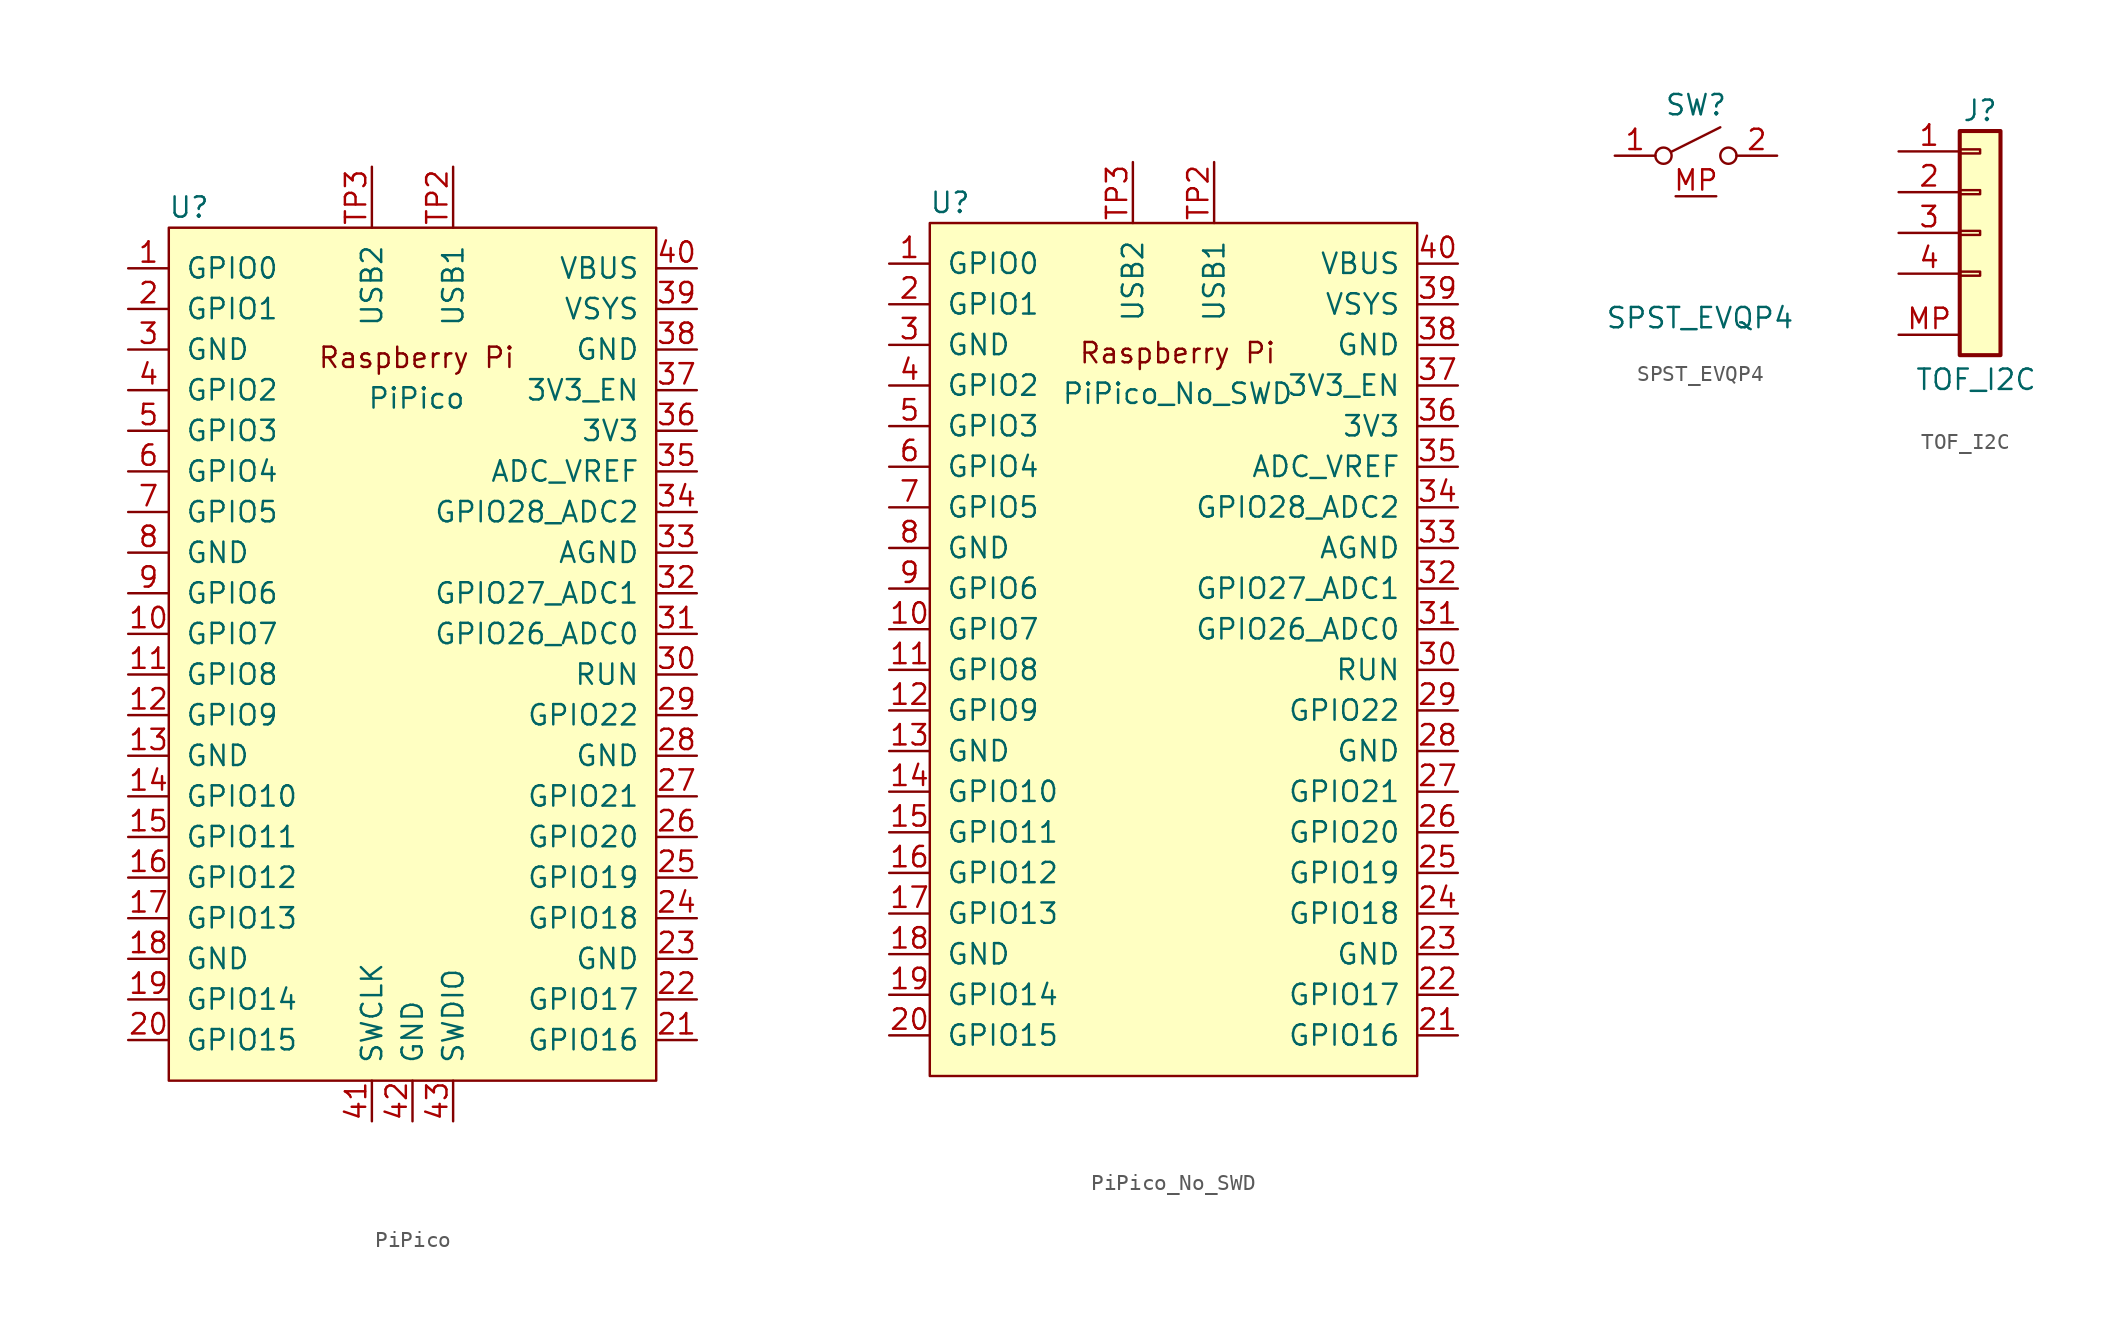
<source format=kicad_sym>
(kicad_symbol_lib
  (version 20231120)
  (generator "kicad_symbol_editor")
  (generator_version "8.0")
  (symbol "PiPico"
    (pin_names
      (offset 1.016))
    (property "Reference" "U"
      (at -13.97 27.94 0)
      (effects (font (size 1.27 1.27))))
    (property "Value" "PiPico"
      (at 0.254 16.002 0)
      (effects (font (size 1.27 1.27))))
    (symbol "PiPico_0_0"
      (text "Raspberry Pi" (at 0.254 18.542 0) (effects (font (size 1.27 1.27)))))
    (symbol "PiPico_0_1"
      (rectangle (start -15.24 26.67) (end 15.24 -26.67) (stroke (width 0) (type solid)) (fill (type background))))
    (symbol "PiPico_1_1"
      (pin bidirectional line (at -17.78 24.13 0) (length 2.54) (name "GPIO0" (effects (font (size 1.27 1.27)))) (number "1" (effects (font (size 1.27 1.27)))))
      (pin bidirectional line (at -17.78 1.27 0) (length 2.54) (name "GPIO7" (effects (font (size 1.27 1.27)))) (number "10" (effects (font (size 1.27 1.27)))))
      (pin bidirectional line (at -17.78 -1.27 0) (length 2.54) (name "GPIO8" (effects (font (size 1.27 1.27)))) (number "11" (effects (font (size 1.27 1.27)))))
      (pin bidirectional line (at -17.78 -3.81 0) (length 2.54) (name "GPIO9" (effects (font (size 1.27 1.27)))) (number "12" (effects (font (size 1.27 1.27)))))
      (pin power_in line (at -17.78 -6.35 0) (length 2.54) (name "GND" (effects (font (size 1.27 1.27)))) (number "13" (effects (font (size 1.27 1.27)))))
      (pin bidirectional line (at -17.78 -8.89 0) (length 2.54) (name "GPIO10" (effects (font (size 1.27 1.27)))) (number "14" (effects (font (size 1.27 1.27)))))
      (pin bidirectional line (at -17.78 -11.43 0) (length 2.54) (name "GPIO11" (effects (font (size 1.27 1.27)))) (number "15" (effects (font (size 1.27 1.27)))))
      (pin bidirectional line (at -17.78 -13.97 0) (length 2.54) (name "GPIO12" (effects (font (size 1.27 1.27)))) (number "16" (effects (font (size 1.27 1.27)))))
      (pin bidirectional line (at -17.78 -16.51 0) (length 2.54) (name "GPIO13" (effects (font (size 1.27 1.27)))) (number "17" (effects (font (size 1.27 1.27)))))
      (pin power_in line (at -17.78 -19.05 0) (length 2.54) (name "GND" (effects (font (size 1.27 1.27)))) (number "18" (effects (font (size 1.27 1.27)))))
      (pin bidirectional line (at -17.78 -21.59 0) (length 2.54) (name "GPIO14" (effects (font (size 1.27 1.27)))) (number "19" (effects (font (size 1.27 1.27)))))
      (pin bidirectional line (at -17.78 21.59 0) (length 2.54) (name "GPIO1" (effects (font (size 1.27 1.27)))) (number "2" (effects (font (size 1.27 1.27)))))
      (pin bidirectional line (at -17.78 -24.13 0) (length 2.54) (name "GPIO15" (effects (font (size 1.27 1.27)))) (number "20" (effects (font (size 1.27 1.27)))))
      (pin bidirectional line (at 17.78 -24.13 180) (length 2.54) (name "GPIO16" (effects (font (size 1.27 1.27)))) (number "21" (effects (font (size 1.27 1.27)))))
      (pin bidirectional line (at 17.78 -21.59 180) (length 2.54) (name "GPIO17" (effects (font (size 1.27 1.27)))) (number "22" (effects (font (size 1.27 1.27)))))
      (pin power_in line (at 17.78 -19.05 180) (length 2.54) (name "GND" (effects (font (size 1.27 1.27)))) (number "23" (effects (font (size 1.27 1.27)))))
      (pin bidirectional line (at 17.78 -16.51 180) (length 2.54) (name "GPIO18" (effects (font (size 1.27 1.27)))) (number "24" (effects (font (size 1.27 1.27)))))
      (pin bidirectional line (at 17.78 -13.97 180) (length 2.54) (name "GPIO19" (effects (font (size 1.27 1.27)))) (number "25" (effects (font (size 1.27 1.27)))))
      (pin bidirectional line (at 17.78 -11.43 180) (length 2.54) (name "GPIO20" (effects (font (size 1.27 1.27)))) (number "26" (effects (font (size 1.27 1.27)))))
      (pin bidirectional line (at 17.78 -8.89 180) (length 2.54) (name "GPIO21" (effects (font (size 1.27 1.27)))) (number "27" (effects (font (size 1.27 1.27)))))
      (pin power_in line (at 17.78 -6.35 180) (length 2.54) (name "GND" (effects (font (size 1.27 1.27)))) (number "28" (effects (font (size 1.27 1.27)))))
      (pin bidirectional line (at 17.78 -3.81 180) (length 2.54) (name "GPIO22" (effects (font (size 1.27 1.27)))) (number "29" (effects (font (size 1.27 1.27)))))
      (pin power_in line (at -17.78 19.05 0) (length 2.54) (name "GND" (effects (font (size 1.27 1.27)))) (number "3" (effects (font (size 1.27 1.27)))))
      (pin input line (at 17.78 -1.27 180) (length 2.54) (name "RUN" (effects (font (size 1.27 1.27)))) (number "30" (effects (font (size 1.27 1.27)))))
      (pin bidirectional line (at 17.78 1.27 180) (length 2.54) (name "GPIO26_ADC0" (effects (font (size 1.27 1.27)))) (number "31" (effects (font (size 1.27 1.27)))))
      (pin bidirectional line (at 17.78 3.81 180) (length 2.54) (name "GPIO27_ADC1" (effects (font (size 1.27 1.27)))) (number "32" (effects (font (size 1.27 1.27)))))
      (pin power_in line (at 17.78 6.35 180) (length 2.54) (name "AGND" (effects (font (size 1.27 1.27)))) (number "33" (effects (font (size 1.27 1.27)))))
      (pin bidirectional line (at 17.78 8.89 180) (length 2.54) (name "GPIO28_ADC2" (effects (font (size 1.27 1.27)))) (number "34" (effects (font (size 1.27 1.27)))))
      (pin unspecified line (at 17.78 11.43 180) (length 2.54) (name "ADC_VREF" (effects (font (size 1.27 1.27)))) (number "35" (effects (font (size 1.27 1.27)))))
      (pin unspecified line (at 17.78 13.97 180) (length 2.54) (name "3V3" (effects (font (size 1.27 1.27)))) (number "36" (effects (font (size 1.27 1.27)))))
      (pin input line (at 17.78 16.51 180) (length 2.54) (name "3V3_EN" (effects (font (size 1.27 1.27)))) (number "37" (effects (font (size 1.27 1.27)))))
      (pin bidirectional line (at 17.78 19.05 180) (length 2.54) (name "GND" (effects (font (size 1.27 1.27)))) (number "38" (effects (font (size 1.27 1.27)))))
      (pin unspecified line (at 17.78 21.59 180) (length 2.54) (name "VSYS" (effects (font (size 1.27 1.27)))) (number "39" (effects (font (size 1.27 1.27)))))
      (pin bidirectional line (at -17.78 16.51 0) (length 2.54) (name "GPIO2" (effects (font (size 1.27 1.27)))) (number "4" (effects (font (size 1.27 1.27)))))
      (pin unspecified line (at 17.78 24.13 180) (length 2.54) (name "VBUS" (effects (font (size 1.27 1.27)))) (number "40" (effects (font (size 1.27 1.27)))))
      (pin input line (at -2.54 -29.21 90) (length 2.54) (name "SWCLK" (effects (font (size 1.27 1.27)))) (number "41" (effects (font (size 1.27 1.27)))))
      (pin power_in line (at 0 -29.21 90) (length 2.54) (name "GND" (effects (font (size 1.27 1.27)))) (number "42" (effects (font (size 1.27 1.27)))))
      (pin bidirectional line (at 2.54 -29.21 90) (length 2.54) (name "SWDIO" (effects (font (size 1.27 1.27)))) (number "43" (effects (font (size 1.27 1.27)))))
      (pin bidirectional line (at -17.78 13.97 0) (length 2.54) (name "GPIO3" (effects (font (size 1.27 1.27)))) (number "5" (effects (font (size 1.27 1.27)))))
      (pin bidirectional line (at -17.78 11.43 0) (length 2.54) (name "GPIO4" (effects (font (size 1.27 1.27)))) (number "6" (effects (font (size 1.27 1.27)))))
      (pin bidirectional line (at -17.78 8.89 0) (length 2.54) (name "GPIO5" (effects (font (size 1.27 1.27)))) (number "7" (effects (font (size 1.27 1.27)))))
      (pin power_in line (at -17.78 6.35 0) (length 2.54) (name "GND" (effects (font (size 1.27 1.27)))) (number "8" (effects (font (size 1.27 1.27)))))
      (pin bidirectional line (at -17.78 3.81 0) (length 2.54) (name "GPIO6" (effects (font (size 1.27 1.27)))) (number "9" (effects (font (size 1.27 1.27)))))
      (pin bidirectional line (at 2.54 30.48 270) (length 3.81) (name "USB1" (effects (font (size 1.27 1.27)))) (number "TP2" (effects (font (size 1.27 1.27)))))
      (pin bidirectional line (at -2.54 30.48 270) (length 3.81) (name "USB2" (effects (font (size 1.27 1.27)))) (number "TP3" (effects (font (size 1.27 1.27)))))))
  (symbol "PiPico_No_SWD"
    (pin_names
      (offset 1.016))
    (property "Reference" "U"
      (at -13.97 27.94 0)
      (effects (font (size 1.27 1.27))))
    (property "Value" "PiPico_No_SWD"
      (at 0.254 16.002 0)
      (effects (font (size 1.27 1.27))))
    (symbol "PiPico_No_SWD_0_0"
      (text "Raspberry Pi" (at 0.254 18.542 0) (effects (font (size 1.27 1.27)))))
    (symbol "PiPico_No_SWD_0_1"
      (rectangle (start -15.24 26.67) (end 15.24 -26.67) (stroke (width 0) (type solid)) (fill (type background))))
    (symbol "PiPico_No_SWD_1_1"
      (pin bidirectional line (at -17.78 24.13 0) (length 2.54) (name "GPIO0" (effects (font (size 1.27 1.27)))) (number "1" (effects (font (size 1.27 1.27)))))
      (pin bidirectional line (at -17.78 1.27 0) (length 2.54) (name "GPIO7" (effects (font (size 1.27 1.27)))) (number "10" (effects (font (size 1.27 1.27)))))
      (pin bidirectional line (at -17.78 -1.27 0) (length 2.54) (name "GPIO8" (effects (font (size 1.27 1.27)))) (number "11" (effects (font (size 1.27 1.27)))))
      (pin bidirectional line (at -17.78 -3.81 0) (length 2.54) (name "GPIO9" (effects (font (size 1.27 1.27)))) (number "12" (effects (font (size 1.27 1.27)))))
      (pin power_in line (at -17.78 -6.35 0) (length 2.54) (name "GND" (effects (font (size 1.27 1.27)))) (number "13" (effects (font (size 1.27 1.27)))))
      (pin bidirectional line (at -17.78 -8.89 0) (length 2.54) (name "GPIO10" (effects (font (size 1.27 1.27)))) (number "14" (effects (font (size 1.27 1.27)))))
      (pin bidirectional line (at -17.78 -11.43 0) (length 2.54) (name "GPIO11" (effects (font (size 1.27 1.27)))) (number "15" (effects (font (size 1.27 1.27)))))
      (pin bidirectional line (at -17.78 -13.97 0) (length 2.54) (name "GPIO12" (effects (font (size 1.27 1.27)))) (number "16" (effects (font (size 1.27 1.27)))))
      (pin bidirectional line (at -17.78 -16.51 0) (length 2.54) (name "GPIO13" (effects (font (size 1.27 1.27)))) (number "17" (effects (font (size 1.27 1.27)))))
      (pin power_in line (at -17.78 -19.05 0) (length 2.54) (name "GND" (effects (font (size 1.27 1.27)))) (number "18" (effects (font (size 1.27 1.27)))))
      (pin bidirectional line (at -17.78 -21.59 0) (length 2.54) (name "GPIO14" (effects (font (size 1.27 1.27)))) (number "19" (effects (font (size 1.27 1.27)))))
      (pin bidirectional line (at -17.78 21.59 0) (length 2.54) (name "GPIO1" (effects (font (size 1.27 1.27)))) (number "2" (effects (font (size 1.27 1.27)))))
      (pin bidirectional line (at -17.78 -24.13 0) (length 2.54) (name "GPIO15" (effects (font (size 1.27 1.27)))) (number "20" (effects (font (size 1.27 1.27)))))
      (pin bidirectional line (at 17.78 -24.13 180) (length 2.54) (name "GPIO16" (effects (font (size 1.27 1.27)))) (number "21" (effects (font (size 1.27 1.27)))))
      (pin bidirectional line (at 17.78 -21.59 180) (length 2.54) (name "GPIO17" (effects (font (size 1.27 1.27)))) (number "22" (effects (font (size 1.27 1.27)))))
      (pin power_in line (at 17.78 -19.05 180) (length 2.54) (name "GND" (effects (font (size 1.27 1.27)))) (number "23" (effects (font (size 1.27 1.27)))))
      (pin bidirectional line (at 17.78 -16.51 180) (length 2.54) (name "GPIO18" (effects (font (size 1.27 1.27)))) (number "24" (effects (font (size 1.27 1.27)))))
      (pin bidirectional line (at 17.78 -13.97 180) (length 2.54) (name "GPIO19" (effects (font (size 1.27 1.27)))) (number "25" (effects (font (size 1.27 1.27)))))
      (pin bidirectional line (at 17.78 -11.43 180) (length 2.54) (name "GPIO20" (effects (font (size 1.27 1.27)))) (number "26" (effects (font (size 1.27 1.27)))))
      (pin bidirectional line (at 17.78 -8.89 180) (length 2.54) (name "GPIO21" (effects (font (size 1.27 1.27)))) (number "27" (effects (font (size 1.27 1.27)))))
      (pin power_in line (at 17.78 -6.35 180) (length 2.54) (name "GND" (effects (font (size 1.27 1.27)))) (number "28" (effects (font (size 1.27 1.27)))))
      (pin bidirectional line (at 17.78 -3.81 180) (length 2.54) (name "GPIO22" (effects (font (size 1.27 1.27)))) (number "29" (effects (font (size 1.27 1.27)))))
      (pin power_in line (at -17.78 19.05 0) (length 2.54) (name "GND" (effects (font (size 1.27 1.27)))) (number "3" (effects (font (size 1.27 1.27)))))
      (pin input line (at 17.78 -1.27 180) (length 2.54) (name "RUN" (effects (font (size 1.27 1.27)))) (number "30" (effects (font (size 1.27 1.27)))))
      (pin bidirectional line (at 17.78 1.27 180) (length 2.54) (name "GPIO26_ADC0" (effects (font (size 1.27 1.27)))) (number "31" (effects (font (size 1.27 1.27)))))
      (pin bidirectional line (at 17.78 3.81 180) (length 2.54) (name "GPIO27_ADC1" (effects (font (size 1.27 1.27)))) (number "32" (effects (font (size 1.27 1.27)))))
      (pin power_in line (at 17.78 6.35 180) (length 2.54) (name "AGND" (effects (font (size 1.27 1.27)))) (number "33" (effects (font (size 1.27 1.27)))))
      (pin bidirectional line (at 17.78 8.89 180) (length 2.54) (name "GPIO28_ADC2" (effects (font (size 1.27 1.27)))) (number "34" (effects (font (size 1.27 1.27)))))
      (pin unspecified line (at 17.78 11.43 180) (length 2.54) (name "ADC_VREF" (effects (font (size 1.27 1.27)))) (number "35" (effects (font (size 1.27 1.27)))))
      (pin unspecified line (at 17.78 13.97 180) (length 2.54) (name "3V3" (effects (font (size 1.27 1.27)))) (number "36" (effects (font (size 1.27 1.27)))))
      (pin input line (at 17.78 16.51 180) (length 2.54) (name "3V3_EN" (effects (font (size 1.27 1.27)))) (number "37" (effects (font (size 1.27 1.27)))))
      (pin bidirectional line (at 17.78 19.05 180) (length 2.54) (name "GND" (effects (font (size 1.27 1.27)))) (number "38" (effects (font (size 1.27 1.27)))))
      (pin unspecified line (at 17.78 21.59 180) (length 2.54) (name "VSYS" (effects (font (size 1.27 1.27)))) (number "39" (effects (font (size 1.27 1.27)))))
      (pin bidirectional line (at -17.78 16.51 0) (length 2.54) (name "GPIO2" (effects (font (size 1.27 1.27)))) (number "4" (effects (font (size 1.27 1.27)))))
      (pin unspecified line (at 17.78 24.13 180) (length 2.54) (name "VBUS" (effects (font (size 1.27 1.27)))) (number "40" (effects (font (size 1.27 1.27)))))
      (pin bidirectional line (at -17.78 13.97 0) (length 2.54) (name "GPIO3" (effects (font (size 1.27 1.27)))) (number "5" (effects (font (size 1.27 1.27)))))
      (pin bidirectional line (at -17.78 11.43 0) (length 2.54) (name "GPIO4" (effects (font (size 1.27 1.27)))) (number "6" (effects (font (size 1.27 1.27)))))
      (pin bidirectional line (at -17.78 8.89 0) (length 2.54) (name "GPIO5" (effects (font (size 1.27 1.27)))) (number "7" (effects (font (size 1.27 1.27)))))
      (pin power_in line (at -17.78 6.35 0) (length 2.54) (name "GND" (effects (font (size 1.27 1.27)))) (number "8" (effects (font (size 1.27 1.27)))))
      (pin bidirectional line (at -17.78 3.81 0) (length 2.54) (name "GPIO6" (effects (font (size 1.27 1.27)))) (number "9" (effects (font (size 1.27 1.27)))))
      (pin bidirectional line (at 2.54 30.48 270) (length 3.81) (name "USB1" (effects (font (size 1.27 1.27)))) (number "TP2" (effects (font (size 1.27 1.27)))))
      (pin bidirectional line (at -2.54 30.48 270) (length 3.81) (name "USB2" (effects (font (size 1.27 1.27)))) (number "TP3" (effects (font (size 1.27 1.27)))))))
  (symbol "SPST_EVQP4"
    (pin_names
      (offset 0) hide)
    (property "Reference" "SW"
      (at 0 3.175 0)
      (effects (font (size 1.27 1.27))))
    (property "Value" "SPST_EVQP4"
      (at 0.254 -10.16 0)
      (effects (font (size 1.27 1.27))))
    (symbol "SPST_EVQP4_0_0"
      (circle (center -2.032 0) (radius 0.508) (stroke (width 0) (type default)) (fill (type none)))
      (polyline (pts (xy -1.524 0.254) (xy 1.524 1.778)) (stroke (width 0) (type default)) (fill (type none)))
      (circle (center 2.032 0) (radius 0.508) (stroke (width 0) (type default)) (fill (type none))))
    (symbol "SPST_EVQP4_1_1"
      (pin passive line (at -5.08 0 0) (length 2.54) (name "A" (effects (font (size 1.27 1.27)))) (number "1" (effects (font (size 1.27 1.27)))))
      (pin passive line (at 5.08 0 180) (length 2.54) (name "B" (effects (font (size 1.27 1.27)))) (number "2" (effects (font (size 1.27 1.27)))))
      (pin passive line (at 1.27 -2.54 180) (length 2.54) (name "MP" (effects (font (size 1.27 1.27)))) (number "MP" (effects (font (size 1.27 1.27)))))))
  (symbol "TOF_I2C"
    (pin_names
      (offset 1.016) hide)
    (property "Reference" "J"
      (at 0 5.08 0)
      (effects (font (size 1.27 1.27))))
    (property "Value" "TOF_I2C"
      (at -0.254 -11.684 0)
      (effects (font (size 1.27 1.27))))
    (symbol "TOF_I2C_1_1"
      (rectangle (start -1.27 -4.953) (end 0 -5.207) (stroke (width 0.152) (type default)) (fill (type none)))
      (rectangle (start -1.27 -2.413) (end 0 -2.667) (stroke (width 0.152) (type default)) (fill (type none)))
      (rectangle (start -1.27 0.127) (end 0 -0.127) (stroke (width 0.152) (type default)) (fill (type none)))
      (rectangle (start -1.27 2.667) (end 0 2.413) (stroke (width 0.152) (type default)) (fill (type none)))
      (rectangle (start -1.27 3.81) (end 1.27 -10.16) (stroke (width 0.254) (type default)) (fill (type background)))
      (pin passive line (at -5.08 2.54 0) (length 3.81) (name "Pin_1" (effects (font (size 1.27 1.27)))) (number "1" (effects (font (size 1.27 1.27)))))
      (pin passive line (at -5.08 0 0) (length 3.81) (name "Pin_2" (effects (font (size 1.27 1.27)))) (number "2" (effects (font (size 1.27 1.27)))))
      (pin passive line (at -5.08 -2.54 0) (length 3.81) (name "Pin_3" (effects (font (size 1.27 1.27)))) (number "3" (effects (font (size 1.27 1.27)))))
      (pin passive line (at -5.08 -5.08 0) (length 3.81) (name "Pin_4" (effects (font (size 1.27 1.27)))) (number "4" (effects (font (size 1.27 1.27)))))
      (pin passive line (at -5.08 -8.89 0) (length 3.81) (name "MP" (effects (font (size 1.27 1.27)))) (number "MP" (effects (font (size 1.27 1.27))))))))
</source>
